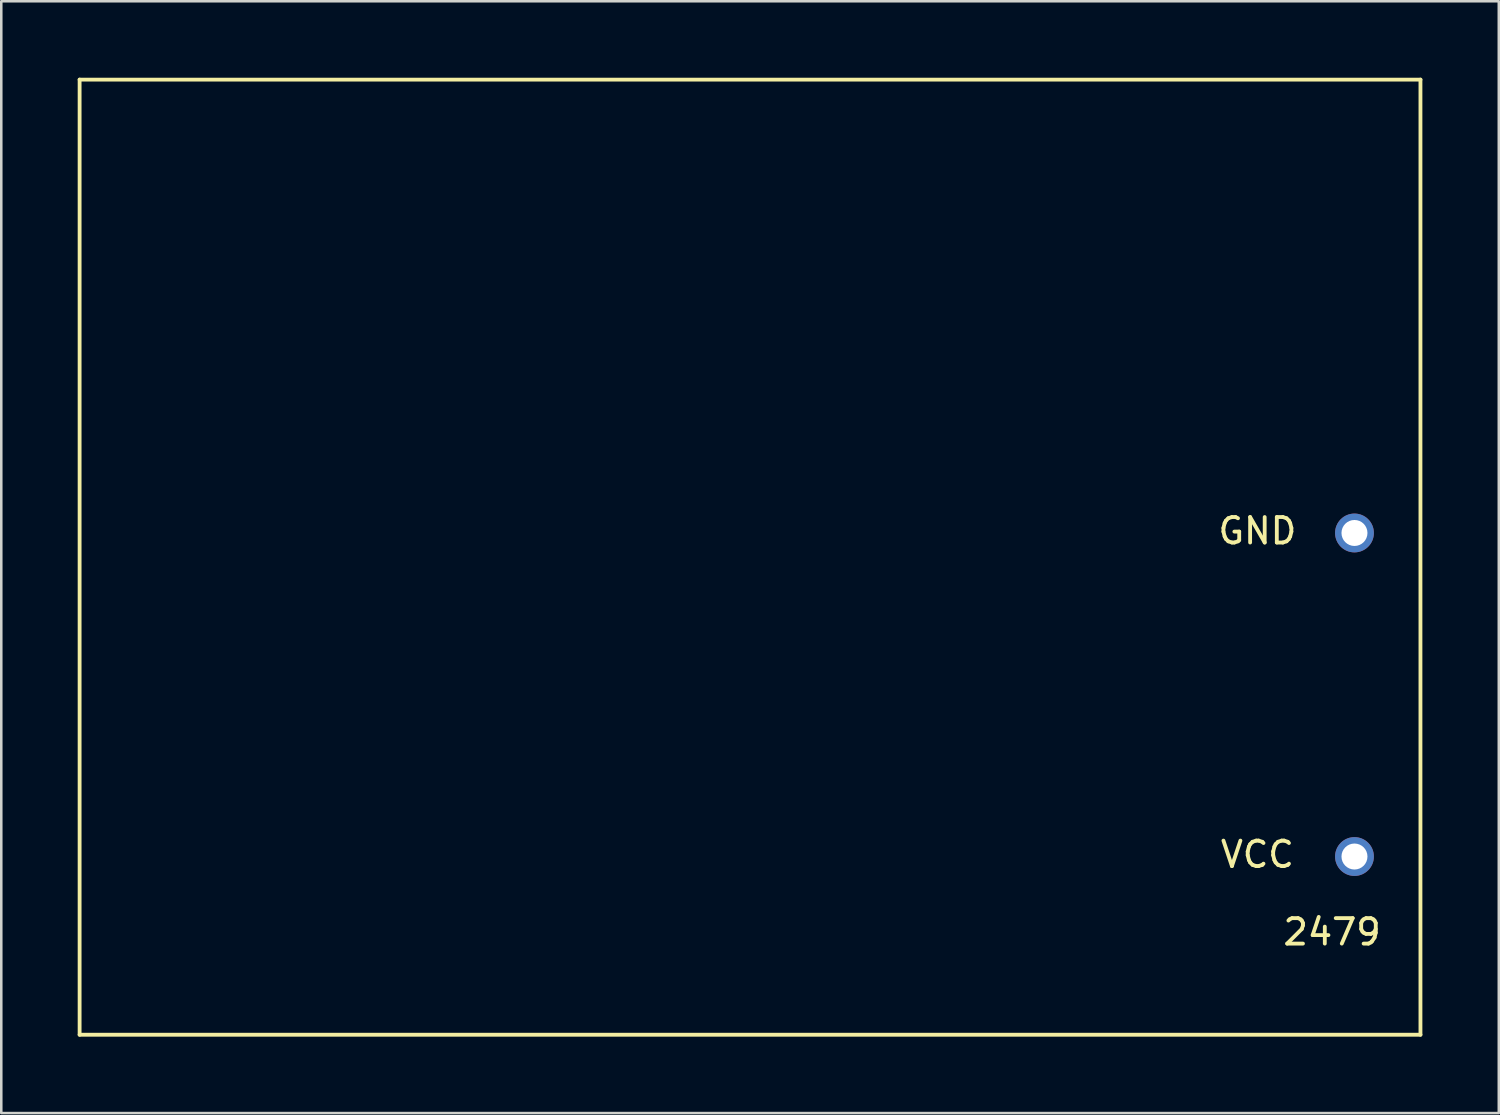
<source format=kicad_pcb>
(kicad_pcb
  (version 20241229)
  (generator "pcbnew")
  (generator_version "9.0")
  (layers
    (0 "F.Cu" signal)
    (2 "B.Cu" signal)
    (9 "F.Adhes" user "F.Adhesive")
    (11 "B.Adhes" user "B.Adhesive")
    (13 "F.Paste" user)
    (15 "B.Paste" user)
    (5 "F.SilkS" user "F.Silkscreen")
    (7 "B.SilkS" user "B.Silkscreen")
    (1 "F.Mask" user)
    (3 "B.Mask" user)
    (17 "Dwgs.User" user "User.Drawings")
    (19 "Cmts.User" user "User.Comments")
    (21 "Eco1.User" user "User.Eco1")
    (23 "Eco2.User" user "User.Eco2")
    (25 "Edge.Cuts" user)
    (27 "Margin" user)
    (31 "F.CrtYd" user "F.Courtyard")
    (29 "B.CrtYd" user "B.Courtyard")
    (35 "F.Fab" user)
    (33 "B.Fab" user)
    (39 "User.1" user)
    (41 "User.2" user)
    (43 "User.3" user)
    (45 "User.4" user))
  (footprint "2479"
    (layer "F.Cu")
    (at 50.115 22.87)
    (property "Reference" "2479" (at -0.879 10.663 0) (layer "F.SilkS") (effects (font (size 1 1) (thickness 0.15))))
    (attr through_hole)
    (fp_line (start -50.04 -22.795) (end -50.04 14.695) (stroke (width 0.15) (type solid)) (layer "F.SilkS"))
    (fp_line (start -50.04 -22.795) (end 2.59 -22.795) (stroke (width 0.15) (type solid)) (layer "F.SilkS"))
    (fp_line (start 2.59 -22.795) (end 2.59 14.695) (stroke (width 0.15) (type solid)) (layer "F.SilkS"))
    (fp_line (start 2.59 14.695) (end -50.04 14.695) (stroke (width 0.15) (type solid)) (layer "F.SilkS"))
    (fp_text user "GND" (at -3.81 -5.08 0) (layer "F.SilkS") (effects (font (size 1 1) (thickness 0.15))))
    (fp_text user "VCC" (at -3.81 7.62 0) (layer "F.SilkS") (effects (font (size 1 1) (thickness 0.15))))
    (pad "1" thru_hole circle (at 0 7.7) (size 1.524 1.524) (drill 1.02) (layers "*.Cu" "*.Mask"))
    (pad "2" thru_hole circle (at 0 -5) (size 1.524 1.524) (drill 1.02) (layers "*.Cu" "*.Mask")))
  (gr_rect
    (start -3 -3)
    (end 55.78 40.64)
    (stroke (width 0.1) (type default))
    (fill no)
    (layer "Edge.Cuts")))
</source>
